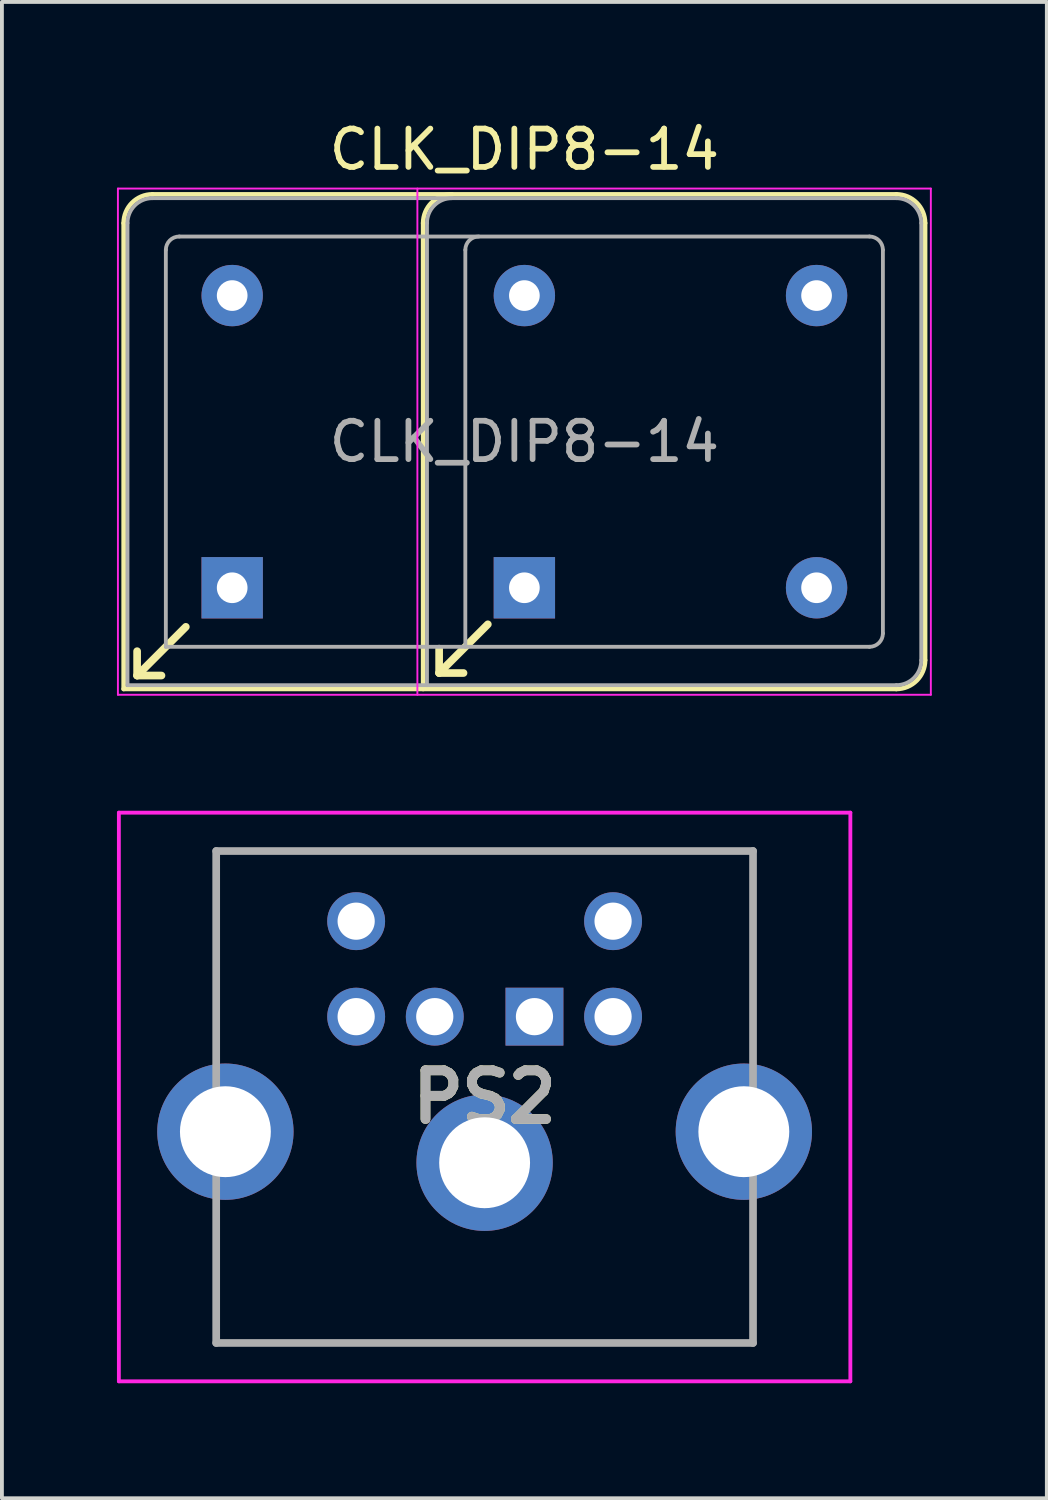
<source format=kicad_pcb>
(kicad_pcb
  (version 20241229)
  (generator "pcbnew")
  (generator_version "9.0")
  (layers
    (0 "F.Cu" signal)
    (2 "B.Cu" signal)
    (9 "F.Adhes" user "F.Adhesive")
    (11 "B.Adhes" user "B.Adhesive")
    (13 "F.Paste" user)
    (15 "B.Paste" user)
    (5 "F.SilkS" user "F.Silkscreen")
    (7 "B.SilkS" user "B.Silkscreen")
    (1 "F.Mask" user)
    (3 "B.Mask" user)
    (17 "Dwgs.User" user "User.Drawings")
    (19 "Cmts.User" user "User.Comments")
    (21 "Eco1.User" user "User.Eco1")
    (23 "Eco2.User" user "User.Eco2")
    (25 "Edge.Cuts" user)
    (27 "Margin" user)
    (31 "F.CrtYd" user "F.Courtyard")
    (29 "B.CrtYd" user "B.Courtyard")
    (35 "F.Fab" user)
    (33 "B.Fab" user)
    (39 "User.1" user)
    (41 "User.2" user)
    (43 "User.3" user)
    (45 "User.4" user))
  (footprint "PS2"
    (layer "F.Cu")
    (at 10.888 23.463)
    (property "Reference" "PS2" (at -1.3 2.095 0) (layer "F.SilkS") (effects (font (size 1.27 1.27) (thickness 0.254))))
    (attr through_hole)
    (fp_line (start -8.3 -4.32) (end -8.3 -4.32) (stroke (width 0.1) (type solid)) (layer "F.SilkS"))
    (fp_line (start -8.3 -4.32) (end -8.3 -4.32) (stroke (width 0.1) (type solid)) (layer "F.SilkS"))
    (fp_line (start -8.3 -4.32) (end -8.3 0.76) (stroke (width 0.1) (type solid)) (layer "F.SilkS"))
    (fp_line (start -8.3 -4.32) (end 5.7 -4.32) (stroke (width 0.1) (type solid)) (layer "F.SilkS"))
    (fp_line (start -8.3 0.76) (end -8.3 -4.32) (stroke (width 0.1) (type solid)) (layer "F.SilkS"))
    (fp_line (start -8.3 0.76) (end -8.3 0.76) (stroke (width 0.1) (type solid)) (layer "F.SilkS"))
    (fp_line (start -8.3 5.26) (end -8.3 5.26) (stroke (width 0.1) (type solid)) (layer "F.SilkS"))
    (fp_line (start -8.3 5.26) (end -8.3 8.51) (stroke (width 0.1) (type solid)) (layer "F.SilkS"))
    (fp_line (start -8.3 8.51) (end -8.3 5.26) (stroke (width 0.1) (type solid)) (layer "F.SilkS"))
    (fp_line (start -8.3 8.51) (end -8.3 8.51) (stroke (width 0.1) (type solid)) (layer "F.SilkS"))
    (fp_line (start -8.3 8.51) (end -8.3 8.51) (stroke (width 0.1) (type solid)) (layer "F.SilkS"))
    (fp_line (start -8.3 8.51) (end 5.7 8.51) (stroke (width 0.1) (type solid)) (layer "F.SilkS"))
    (fp_line (start 5.7 -4.32) (end -8.3 -4.32) (stroke (width 0.1) (type solid)) (layer "F.SilkS"))
    (fp_line (start 5.7 -4.32) (end 5.7 -4.32) (stroke (width 0.1) (type solid)) (layer "F.SilkS"))
    (fp_line (start 5.7 -4.32) (end 5.7 -4.32) (stroke (width 0.1) (type solid)) (layer "F.SilkS"))
    (fp_line (start 5.7 -4.32) (end 5.7 0.76) (stroke (width 0.1) (type solid)) (layer "F.SilkS"))
    (fp_line (start 5.7 0.76) (end 5.7 -4.32) (stroke (width 0.1) (type solid)) (layer "F.SilkS"))
    (fp_line (start 5.7 0.76) (end 5.7 0.76) (stroke (width 0.1) (type solid)) (layer "F.SilkS"))
    (fp_line (start 5.7 5.26) (end 5.7 5.26) (stroke (width 0.1) (type solid)) (layer "F.SilkS"))
    (fp_line (start 5.7 5.26) (end 5.7 8.51) (stroke (width 0.1) (type solid)) (layer "F.SilkS"))
    (fp_line (start 5.7 8.51) (end -8.3 8.51) (stroke (width 0.1) (type solid)) (layer "F.SilkS"))
    (fp_line (start 5.7 8.51) (end 5.7 5.26) (stroke (width 0.1) (type solid)) (layer "F.SilkS"))
    (fp_line (start 5.7 8.51) (end 5.7 8.51) (stroke (width 0.1) (type solid)) (layer "F.SilkS"))
    (fp_line (start 5.7 8.51) (end 5.7 8.51) (stroke (width 0.1) (type solid)) (layer "F.SilkS"))
    (fp_line (start -10.838 -5.32) (end -10.838 9.51) (stroke (width 0.1) (type solid)) (layer "F.CrtYd"))
    (fp_line (start -10.838 9.51) (end 8.238 9.51) (stroke (width 0.1) (type solid)) (layer "F.CrtYd"))
    (fp_line (start 8.238 -5.32) (end -10.838 -5.32) (stroke (width 0.1) (type solid)) (layer "F.CrtYd"))
    (fp_line (start 8.238 9.51) (end 8.238 -5.32) (stroke (width 0.1) (type solid)) (layer "F.CrtYd"))
    (fp_line (start -8.3 -4.32) (end 5.7 -4.32) (stroke (width 0.2) (type solid)) (layer "F.Fab"))
    (fp_line (start -8.3 8.51) (end -8.3 -4.32) (stroke (width 0.2) (type solid)) (layer "F.Fab"))
    (fp_line (start 5.7 -4.32) (end 5.7 8.51) (stroke (width 0.2) (type solid)) (layer "F.Fab"))
    (fp_line (start 5.7 8.51) (end -8.3 8.51) (stroke (width 0.2) (type solid)) (layer "F.Fab"))
    (fp_text user "${REFERENCE}" (at -1.3 2.095 0) (layer "F.Fab") (effects (font (size 1.27 1.27) (thickness 0.254))))
    (pad "1" thru_hole rect (at 0 0) (size 1.509 1.509) (drill 0.97) (layers "*.Cu" "*.Mask"))
    (pad "2" thru_hole circle (at -2.6 0) (size 1.509 1.509) (drill 0.97) (layers "*.Cu" "*.Mask"))
    (pad "3" thru_hole circle (at 2.05 0) (size 1.509 1.509) (drill 0.97) (layers "*.Cu" "*.Mask"))
    (pad "4" thru_hole circle (at -4.65 0) (size 1.509 1.509) (drill 0.97) (layers "*.Cu" "*.Mask"))
    (pad "5" thru_hole circle (at 2.05 -2.49) (size 1.509 1.509) (drill 0.97) (layers "*.Cu" "*.Mask"))
    (pad "6" thru_hole circle (at -4.65 -2.49) (size 1.509 1.509) (drill 0.97) (layers "*.Cu" "*.Mask"))
    (pad "MH1" thru_hole circle (at -1.3 3.81) (size 3.555 3.555) (drill 2.37) (layers "*.Cu" "*.Mask"))
    (pad "MH2" thru_hole circle (at -8.06 3) (size 3.555 3.555) (drill 2.37) (layers "*.Cu" "*.Mask"))
    (pad "MH3" thru_hole circle (at 5.46 3) (size 3.555 3.555) (drill 2.37) (layers "*.Cu" "*.Mask")))
  (footprint "CLK_DIP8-14"
    (layer "F.Cu")
    (at 10.625 2.118)
    (property "Reference" "CLK_DIP8-14" (at 0 -1.27 0) (layer "F.SilkS") (effects (font (size 1 1) (thickness 0.15))))
    (attr through_hole)
    (fp_line (start -10.45 0.65) (end -10.45 12.8) (stroke (width 0.12) (type solid)) (layer "F.SilkS"))
    (fp_line (start -10.45 12.8) (end 9.7 12.8) (stroke (width 0.12) (type solid)) (layer "F.SilkS"))
    (fp_line (start -10.099 12.449) (end -10.099 11.814) (stroke (width 0.2) (type solid)) (layer "F.SilkS"))
    (fp_line (start -10.099 12.449) (end -9.464 12.449) (stroke (width 0.2) (type solid)) (layer "F.SilkS"))
    (fp_line (start -10.099 12.449) (end -8.829 11.179) (stroke (width 0.2) (type solid)) (layer "F.SilkS"))
    (fp_line (start -2.64 0.65) (end -2.64 12.8) (stroke (width 0.12) (type solid)) (layer "F.SilkS"))
    (fp_line (start -2.223 12.383) (end -2.223 11.748) (stroke (width 0.2) (type solid)) (layer "F.SilkS"))
    (fp_line (start -2.223 12.383) (end -1.587 12.383) (stroke (width 0.2) (type solid)) (layer "F.SilkS"))
    (fp_line (start -2.223 12.383) (end -0.953 11.113) (stroke (width 0.2) (type solid)) (layer "F.SilkS"))
    (fp_line (start 9.7 -0.1) (end -9.7 -0.1) (stroke (width 0.12) (type solid)) (layer "F.SilkS"))
    (fp_line (start 10.45 12.05) (end 10.45 0.65) (stroke (width 0.12) (type solid)) (layer "F.SilkS"))
    (fp_arc (start -10.45 0.65) (mid -10.23033 0.11967) (end -9.7 -0.1) (stroke (width 0.12) (type solid)) (layer "F.SilkS"))
    (fp_arc (start -2.64 0.65) (mid -2.42033 0.11967) (end -1.89 -0.1) (stroke (width 0.12) (type solid)) (layer "F.SilkS"))
    (fp_arc (start 9.7 -0.1) (mid 10.23033 0.11967) (end 10.45 0.65) (stroke (width 0.12) (type solid)) (layer "F.SilkS"))
    (fp_arc (start 10.45 12.05) (mid 10.23033 12.58033) (end 9.7 12.8) (stroke (width 0.12) (type solid)) (layer "F.SilkS"))
    (fp_line (start -10.6 -0.25) (end -10.6 12.95) (stroke (width 0.05) (type solid)) (layer "F.CrtYd"))
    (fp_line (start -10.6 12.95) (end 10.6 12.95) (stroke (width 0.05) (type solid)) (layer "F.CrtYd"))
    (fp_line (start -2.79 -0.25) (end -2.79 12.95) (stroke (width 0.05) (type solid)) (layer "F.CrtYd"))
    (fp_line (start 10.6 -0.25) (end -10.6 -0.25) (stroke (width 0.05) (type solid)) (layer "F.CrtYd"))
    (fp_line (start 10.6 12.95) (end 10.6 -0.25) (stroke (width 0.05) (type solid)) (layer "F.CrtYd"))
    (fp_line (start -10.35 12.7) (end -10.35 0.65) (stroke (width 0.1) (type solid)) (layer "F.Fab"))
    (fp_line (start -10.35 12.7) (end 9.7 12.7) (stroke (width 0.1) (type solid)) (layer "F.Fab"))
    (fp_line (start -9.7 0) (end 9.7 0) (stroke (width 0.1) (type solid)) (layer "F.Fab"))
    (fp_line (start -9.35 11.7) (end -9.35 1.35) (stroke (width 0.1) (type solid)) (layer "F.Fab"))
    (fp_line (start -9.35 11.7) (end 9 11.7) (stroke (width 0.1) (type solid)) (layer "F.Fab"))
    (fp_line (start -9 1) (end 9 1) (stroke (width 0.1) (type solid)) (layer "F.Fab"))
    (fp_line (start -2.54 12.7) (end -2.54 0.65) (stroke (width 0.1) (type solid)) (layer "F.Fab"))
    (fp_line (start -1.54 11.7) (end -1.54 1.35) (stroke (width 0.1) (type solid)) (layer "F.Fab"))
    (fp_line (start 9.35 11.35) (end 9.35 1.35) (stroke (width 0.1) (type solid)) (layer "F.Fab"))
    (fp_line (start 10.35 0.65) (end 10.35 12.05) (stroke (width 0.1) (type solid)) (layer "F.Fab"))
    (fp_arc (start -10.35 0.65) (mid -10.159619 0.190381) (end -9.7 0) (stroke (width 0.1) (type solid)) (layer "F.Fab"))
    (fp_arc (start -9.35 1.35) (mid -9.247487 1.102513) (end -9 1) (stroke (width 0.1) (type solid)) (layer "F.Fab"))
    (fp_arc (start -2.54 0.65) (mid -2.349619 0.190381) (end -1.89 0) (stroke (width 0.1) (type solid)) (layer "F.Fab"))
    (fp_arc (start -1.54 1.35) (mid -1.437487 1.102513) (end -1.19 1) (stroke (width 0.1) (type solid)) (layer "F.Fab"))
    (fp_arc (start 9 1) (mid 9.247487 1.102513) (end 9.35 1.35) (stroke (width 0.1) (type solid)) (layer "F.Fab"))
    (fp_arc (start 9.35 11.35) (mid 9.247487 11.597487) (end 9 11.7) (stroke (width 0.1) (type solid)) (layer "F.Fab"))
    (fp_arc (start 9.7 0) (mid 10.159619 0.190381) (end 10.35 0.65) (stroke (width 0.1) (type solid)) (layer "F.Fab"))
    (fp_arc (start 10.35 12.05) (mid 10.159619 12.509619) (end 9.7 12.7) (stroke (width 0.1) (type solid)) (layer "F.Fab"))
    (fp_text user "${REFERENCE}" (at 0 6.35 0) (layer "F.Fab") (effects (font (size 1 1) (thickness 0.15))))
    (pad "1" thru_hole rect (at -7.62 10.16) (size 1.6 1.6) (drill 0.8) (layers "*.Cu" "*.Mask"))
    (pad "1" thru_hole rect (at 0 10.16) (size 1.6 1.6) (drill 0.8) (layers "*.Cu" "*.Mask"))
    (pad "7" thru_hole circle (at 7.62 10.16) (size 1.6 1.6) (drill 0.8) (layers "*.Cu" "*.Mask"))
    (pad "8" thru_hole circle (at 7.62 2.54) (size 1.6 1.6) (drill 0.8) (layers "*.Cu" "*.Mask"))
    (pad "14" thru_hole circle (at -7.62 2.54) (size 1.6 1.6) (drill 0.8) (layers "*.Cu" "*.Mask"))
    (pad "14" thru_hole circle (at 0 2.54) (size 1.6 1.6) (drill 0.8) (layers "*.Cu" "*.Mask")))
  (gr_rect
    (start -3 -3)
    (end 24.25 36.023)
    (stroke (width 0.1) (type default))
    (fill no)
    (layer "Edge.Cuts")))
</source>
